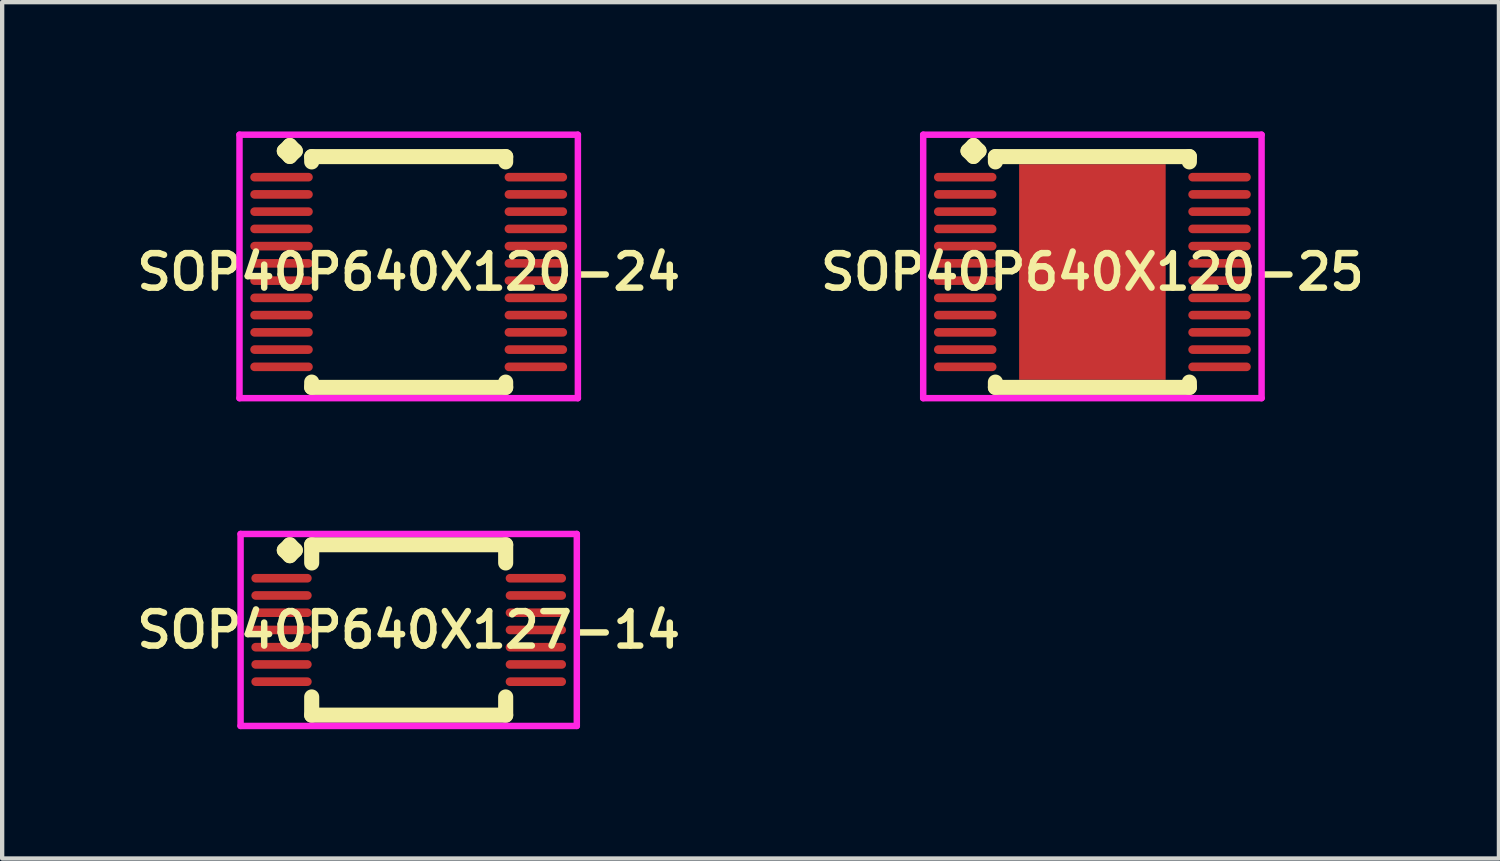
<source format=kicad_pcb>
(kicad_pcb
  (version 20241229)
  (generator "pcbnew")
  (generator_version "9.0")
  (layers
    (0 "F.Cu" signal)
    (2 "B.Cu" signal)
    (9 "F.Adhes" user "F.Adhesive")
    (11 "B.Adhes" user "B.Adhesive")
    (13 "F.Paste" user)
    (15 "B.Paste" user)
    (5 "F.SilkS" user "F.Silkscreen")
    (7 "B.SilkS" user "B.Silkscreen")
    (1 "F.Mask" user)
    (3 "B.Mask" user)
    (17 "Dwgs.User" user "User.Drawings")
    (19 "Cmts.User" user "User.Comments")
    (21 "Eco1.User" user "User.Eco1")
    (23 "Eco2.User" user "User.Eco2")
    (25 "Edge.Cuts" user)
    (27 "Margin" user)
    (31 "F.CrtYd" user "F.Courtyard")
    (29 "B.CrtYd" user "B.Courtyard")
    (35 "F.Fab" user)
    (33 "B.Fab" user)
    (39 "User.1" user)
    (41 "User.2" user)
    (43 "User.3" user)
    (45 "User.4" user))
  (footprint "SOP40P640X120-25"
    (layer "F.Cu")
    (at 22.292 3.26)
    (property "Reference" "SOP40P640X120-25" (at 0 0 0) (layer "F.SilkS") (effects (font (size 0.8 0.8) (thickness 0.15))))
    (attr smd)
    (fp_line (start -2.885 -2.808) (end -2.758 -2.935) (stroke (width 0.35) (type solid)) (layer "F.SilkS"))
    (fp_line (start -2.758 -2.935) (end -2.631 -2.808) (stroke (width 0.35) (type solid)) (layer "F.SilkS"))
    (fp_line (start -2.758 -2.681) (end -2.885 -2.808) (stroke (width 0.35) (type solid)) (layer "F.SilkS"))
    (fp_line (start -2.631 -2.808) (end -2.758 -2.681) (stroke (width 0.35) (type solid)) (layer "F.SilkS"))
    (fp_line (start -2.25 -2.677) (end 2.25 -2.677) (stroke (width 0.35) (type solid)) (layer "F.SilkS"))
    (fp_line (start -2.25 -2.554) (end -2.25 -2.677) (stroke (width 0.35) (type solid)) (layer "F.SilkS"))
    (fp_line (start -2.25 2.554) (end -2.25 2.677) (stroke (width 0.35) (type solid)) (layer "F.SilkS"))
    (fp_line (start -2.25 2.677) (end 2.25 2.677) (stroke (width 0.35) (type solid)) (layer "F.SilkS"))
    (fp_line (start 2.25 -2.677) (end 2.25 -2.554) (stroke (width 0.35) (type solid)) (layer "F.SilkS"))
    (fp_line (start 2.25 2.677) (end 2.25 2.554) (stroke (width 0.35) (type solid)) (layer "F.SilkS"))
    (fp_line (start -3.925 -3.185) (end 3.925 -3.185) (stroke (width 0.15) (type solid)) (layer "F.CrtYd"))
    (fp_line (start -3.925 2.927) (end -3.925 -3.185) (stroke (width 0.15) (type solid)) (layer "F.CrtYd"))
    (fp_line (start 3.925 -3.185) (end 3.925 2.927) (stroke (width 0.15) (type solid)) (layer "F.CrtYd"))
    (fp_line (start 3.925 2.927) (end -3.925 2.927) (stroke (width 0.15) (type solid)) (layer "F.CrtYd"))
    (pad "1" smd oval (at -2.95 -2.2) (size 1.45 0.2) (layers "F.Cu" "F.Mask" "F.Paste"))
    (pad "2" smd oval (at -2.95 -1.8) (size 1.45 0.2) (layers "F.Cu" "F.Mask" "F.Paste"))
    (pad "3" smd oval (at -2.95 -1.4) (size 1.45 0.2) (layers "F.Cu" "F.Mask" "F.Paste"))
    (pad "4" smd oval (at -2.95 -1) (size 1.45 0.2) (layers "F.Cu" "F.Mask" "F.Paste"))
    (pad "5" smd oval (at -2.95 -0.6) (size 1.45 0.2) (layers "F.Cu" "F.Mask" "F.Paste"))
    (pad "6" smd oval (at -2.95 -0.2) (size 1.45 0.2) (layers "F.Cu" "F.Mask" "F.Paste"))
    (pad "7" smd oval (at -2.95 0.2) (size 1.45 0.2) (layers "F.Cu" "F.Mask" "F.Paste"))
    (pad "8" smd oval (at -2.95 0.6) (size 1.45 0.2) (layers "F.Cu" "F.Mask" "F.Paste"))
    (pad "9" smd oval (at -2.95 1) (size 1.45 0.2) (layers "F.Cu" "F.Mask" "F.Paste"))
    (pad "10" smd oval (at -2.95 1.4) (size 1.45 0.2) (layers "F.Cu" "F.Mask" "F.Paste"))
    (pad "11" smd oval (at -2.95 1.8) (size 1.45 0.2) (layers "F.Cu" "F.Mask" "F.Paste"))
    (pad "12" smd oval (at -2.95 2.2) (size 1.45 0.2) (layers "F.Cu" "F.Mask" "F.Paste"))
    (pad "13" smd oval (at 2.95 2.2) (size 1.45 0.2) (layers "F.Cu" "F.Mask" "F.Paste"))
    (pad "14" smd oval (at 2.95 1.8) (size 1.45 0.2) (layers "F.Cu" "F.Mask" "F.Paste"))
    (pad "15" smd oval (at 2.95 1.4) (size 1.45 0.2) (layers "F.Cu" "F.Mask" "F.Paste"))
    (pad "16" smd oval (at 2.95 1) (size 1.45 0.2) (layers "F.Cu" "F.Mask" "F.Paste"))
    (pad "17" smd oval (at 2.95 0.6) (size 1.45 0.2) (layers "F.Cu" "F.Mask" "F.Paste"))
    (pad "18" smd oval (at 2.95 0.2) (size 1.45 0.2) (layers "F.Cu" "F.Mask" "F.Paste"))
    (pad "19" smd oval (at 2.95 -0.2) (size 1.45 0.2) (layers "F.Cu" "F.Mask" "F.Paste"))
    (pad "20" smd oval (at 2.95 -0.6) (size 1.45 0.2) (layers "F.Cu" "F.Mask" "F.Paste"))
    (pad "21" smd oval (at 2.95 -1) (size 1.45 0.2) (layers "F.Cu" "F.Mask" "F.Paste"))
    (pad "22" smd oval (at 2.95 -1.4) (size 1.45 0.2) (layers "F.Cu" "F.Mask" "F.Paste"))
    (pad "23" smd oval (at 2.95 -1.8) (size 1.45 0.2) (layers "F.Cu" "F.Mask" "F.Paste"))
    (pad "24" smd oval (at 2.95 -2.2) (size 1.45 0.2) (layers "F.Cu" "F.Mask" "F.Paste"))
    (pad "25" smd rect (at 0 0) (size 3.4 5) (layers "F.Cu" "F.Mask" "F.Paste")))
  (footprint "SOP40P640X127-14"
    (layer "F.Cu")
    (at 6.431 11.564)
    (property "Reference" "SOP40P640X127-14" (at 0 0 0) (layer "F.SilkS") (effects (font (size 0.8 0.8) (thickness 0.15))))
    (attr smd)
    (fp_line (start -2.885 -1.85) (end -2.758 -1.977) (stroke (width 0.35) (type solid)) (layer "F.SilkS"))
    (fp_line (start -2.758 -1.977) (end -2.631 -1.85) (stroke (width 0.35) (type solid)) (layer "F.SilkS"))
    (fp_line (start -2.758 -1.723) (end -2.885 -1.85) (stroke (width 0.35) (type solid)) (layer "F.SilkS"))
    (fp_line (start -2.631 -1.85) (end -2.758 -1.723) (stroke (width 0.35) (type solid)) (layer "F.SilkS"))
    (fp_line (start -2.25 -1.977) (end 2.25 -1.977) (stroke (width 0.35) (type solid)) (layer "F.SilkS"))
    (fp_line (start -2.25 -1.554) (end -2.25 -1.977) (stroke (width 0.35) (type solid)) (layer "F.SilkS"))
    (fp_line (start -2.25 1.554) (end -2.25 1.977) (stroke (width 0.35) (type solid)) (layer "F.SilkS"))
    (fp_line (start -2.25 1.977) (end 2.25 1.977) (stroke (width 0.35) (type solid)) (layer "F.SilkS"))
    (fp_line (start 2.25 -1.977) (end 2.25 -1.554) (stroke (width 0.35) (type solid)) (layer "F.SilkS"))
    (fp_line (start 2.25 1.977) (end 2.25 1.554) (stroke (width 0.35) (type solid)) (layer "F.SilkS"))
    (fp_line (start -3.9 -2.227) (end 3.9 -2.227) (stroke (width 0.15) (type solid)) (layer "F.CrtYd"))
    (fp_line (start -3.9 2.227) (end -3.9 -2.227) (stroke (width 0.15) (type solid)) (layer "F.CrtYd"))
    (fp_line (start 3.9 -2.227) (end 3.9 2.227) (stroke (width 0.15) (type solid)) (layer "F.CrtYd"))
    (fp_line (start 3.9 2.227) (end -3.9 2.227) (stroke (width 0.15) (type solid)) (layer "F.CrtYd"))
    (pad "1" smd oval (at -2.95 -1.2) (size 1.4 0.2) (layers "F.Cu" "F.Mask" "F.Paste"))
    (pad "2" smd oval (at -2.95 -0.8) (size 1.4 0.2) (layers "F.Cu" "F.Mask" "F.Paste"))
    (pad "3" smd oval (at -2.95 -0.4) (size 1.4 0.2) (layers "F.Cu" "F.Mask" "F.Paste"))
    (pad "4" smd oval (at -2.95 0) (size 1.4 0.2) (layers "F.Cu" "F.Mask" "F.Paste"))
    (pad "5" smd oval (at -2.95 0.4) (size 1.4 0.2) (layers "F.Cu" "F.Mask" "F.Paste"))
    (pad "6" smd oval (at -2.95 0.8) (size 1.4 0.2) (layers "F.Cu" "F.Mask" "F.Paste"))
    (pad "7" smd oval (at -2.95 1.2) (size 1.4 0.2) (layers "F.Cu" "F.Mask" "F.Paste"))
    (pad "8" smd oval (at 2.95 1.2) (size 1.4 0.2) (layers "F.Cu" "F.Mask" "F.Paste"))
    (pad "9" smd oval (at 2.95 0.8) (size 1.4 0.2) (layers "F.Cu" "F.Mask" "F.Paste"))
    (pad "10" smd oval (at 2.95 0.4) (size 1.4 0.2) (layers "F.Cu" "F.Mask" "F.Paste"))
    (pad "11" smd oval (at 2.95 0) (size 1.4 0.2) (layers "F.Cu" "F.Mask" "F.Paste"))
    (pad "12" smd oval (at 2.95 -0.4) (size 1.4 0.2) (layers "F.Cu" "F.Mask" "F.Paste"))
    (pad "13" smd oval (at 2.95 -0.8) (size 1.4 0.2) (layers "F.Cu" "F.Mask" "F.Paste"))
    (pad "14" smd oval (at 2.95 -1.2) (size 1.4 0.2) (layers "F.Cu" "F.Mask" "F.Paste")))
  (footprint "SOP40P640X120-24"
    (layer "F.Cu")
    (at 6.431 3.26)
    (property "Reference" "SOP40P640X120-24" (at 0 0 0) (layer "F.SilkS") (effects (font (size 0.8 0.8) (thickness 0.15))))
    (attr through_hole)
    (fp_line (start -2.885 -2.808) (end -2.758 -2.935) (stroke (width 0.35) (type solid)) (layer "F.SilkS"))
    (fp_line (start -2.758 -2.935) (end -2.631 -2.808) (stroke (width 0.35) (type solid)) (layer "F.SilkS"))
    (fp_line (start -2.758 -2.681) (end -2.885 -2.808) (stroke (width 0.35) (type solid)) (layer "F.SilkS"))
    (fp_line (start -2.631 -2.808) (end -2.758 -2.681) (stroke (width 0.35) (type solid)) (layer "F.SilkS"))
    (fp_line (start -2.25 -2.677) (end 2.25 -2.677) (stroke (width 0.35) (type solid)) (layer "F.SilkS"))
    (fp_line (start -2.25 -2.554) (end -2.25 -2.677) (stroke (width 0.35) (type solid)) (layer "F.SilkS"))
    (fp_line (start -2.25 2.554) (end -2.25 2.677) (stroke (width 0.35) (type solid)) (layer "F.SilkS"))
    (fp_line (start -2.25 2.677) (end 2.25 2.677) (stroke (width 0.35) (type solid)) (layer "F.SilkS"))
    (fp_line (start 2.25 -2.677) (end 2.25 -2.554) (stroke (width 0.35) (type solid)) (layer "F.SilkS"))
    (fp_line (start 2.25 2.677) (end 2.25 2.554) (stroke (width 0.35) (type solid)) (layer "F.SilkS"))
    (fp_line (start -3.925 -3.185) (end 3.925 -3.185) (stroke (width 0.15) (type solid)) (layer "F.CrtYd"))
    (fp_line (start -3.925 2.927) (end -3.925 -3.185) (stroke (width 0.15) (type solid)) (layer "F.CrtYd"))
    (fp_line (start 3.925 -3.185) (end 3.925 2.927) (stroke (width 0.15) (type solid)) (layer "F.CrtYd"))
    (fp_line (start 3.925 2.927) (end -3.925 2.927) (stroke (width 0.15) (type solid)) (layer "F.CrtYd"))
    (pad "1" smd oval (at -2.95 -2.2) (size 1.45 0.2) (layers "F.Cu" "F.Mask" "F.Paste"))
    (pad "2" smd oval (at -2.95 -1.8) (size 1.45 0.2) (layers "F.Cu" "F.Mask" "F.Paste"))
    (pad "3" smd oval (at -2.95 -1.4) (size 1.45 0.2) (layers "F.Cu" "F.Mask" "F.Paste"))
    (pad "4" smd oval (at -2.95 -1) (size 1.45 0.2) (layers "F.Cu" "F.Mask" "F.Paste"))
    (pad "5" smd oval (at -2.95 -0.6) (size 1.45 0.2) (layers "F.Cu" "F.Mask" "F.Paste"))
    (pad "6" smd oval (at -2.95 -0.2) (size 1.45 0.2) (layers "F.Cu" "F.Mask" "F.Paste"))
    (pad "7" smd oval (at -2.95 0.2) (size 1.45 0.2) (layers "F.Cu" "F.Mask" "F.Paste"))
    (pad "8" smd oval (at -2.95 0.6) (size 1.45 0.2) (layers "F.Cu" "F.Mask" "F.Paste"))
    (pad "9" smd oval (at -2.95 1) (size 1.45 0.2) (layers "F.Cu" "F.Mask" "F.Paste"))
    (pad "10" smd oval (at -2.95 1.4) (size 1.45 0.2) (layers "F.Cu" "F.Mask" "F.Paste"))
    (pad "11" smd oval (at -2.95 1.8) (size 1.45 0.2) (layers "F.Cu" "F.Mask" "F.Paste"))
    (pad "12" smd oval (at -2.95 2.2) (size 1.45 0.2) (layers "F.Cu" "F.Mask" "F.Paste"))
    (pad "13" smd oval (at 2.95 2.2) (size 1.45 0.2) (layers "F.Cu" "F.Mask" "F.Paste"))
    (pad "14" smd oval (at 2.95 1.8) (size 1.45 0.2) (layers "F.Cu" "F.Mask" "F.Paste"))
    (pad "15" smd oval (at 2.95 1.4) (size 1.45 0.2) (layers "F.Cu" "F.Mask" "F.Paste"))
    (pad "16" smd oval (at 2.95 1) (size 1.45 0.2) (layers "F.Cu" "F.Mask" "F.Paste"))
    (pad "17" smd oval (at 2.95 0.6) (size 1.45 0.2) (layers "F.Cu" "F.Mask" "F.Paste"))
    (pad "18" smd oval (at 2.95 0.2) (size 1.45 0.2) (layers "F.Cu" "F.Mask" "F.Paste"))
    (pad "19" smd oval (at 2.95 -0.2) (size 1.45 0.2) (layers "F.Cu" "F.Mask" "F.Paste"))
    (pad "20" smd oval (at 2.95 -0.6) (size 1.45 0.2) (layers "F.Cu" "F.Mask" "F.Paste"))
    (pad "21" smd oval (at 2.95 -1) (size 1.45 0.2) (layers "F.Cu" "F.Mask" "F.Paste"))
    (pad "22" smd oval (at 2.95 -1.4) (size 1.45 0.2) (layers "F.Cu" "F.Mask" "F.Paste"))
    (pad "23" smd oval (at 2.95 -1.8) (size 1.45 0.2) (layers "F.Cu" "F.Mask" "F.Paste"))
    (pad "24" smd oval (at 2.95 -2.2) (size 1.45 0.2) (layers "F.Cu" "F.Mask" "F.Paste")))
  (gr_rect
    (start -3 -3)
    (end 31.723 16.866)
    (stroke (width 0.1) (type default))
    (fill no)
    (layer "Edge.Cuts")))
</source>
